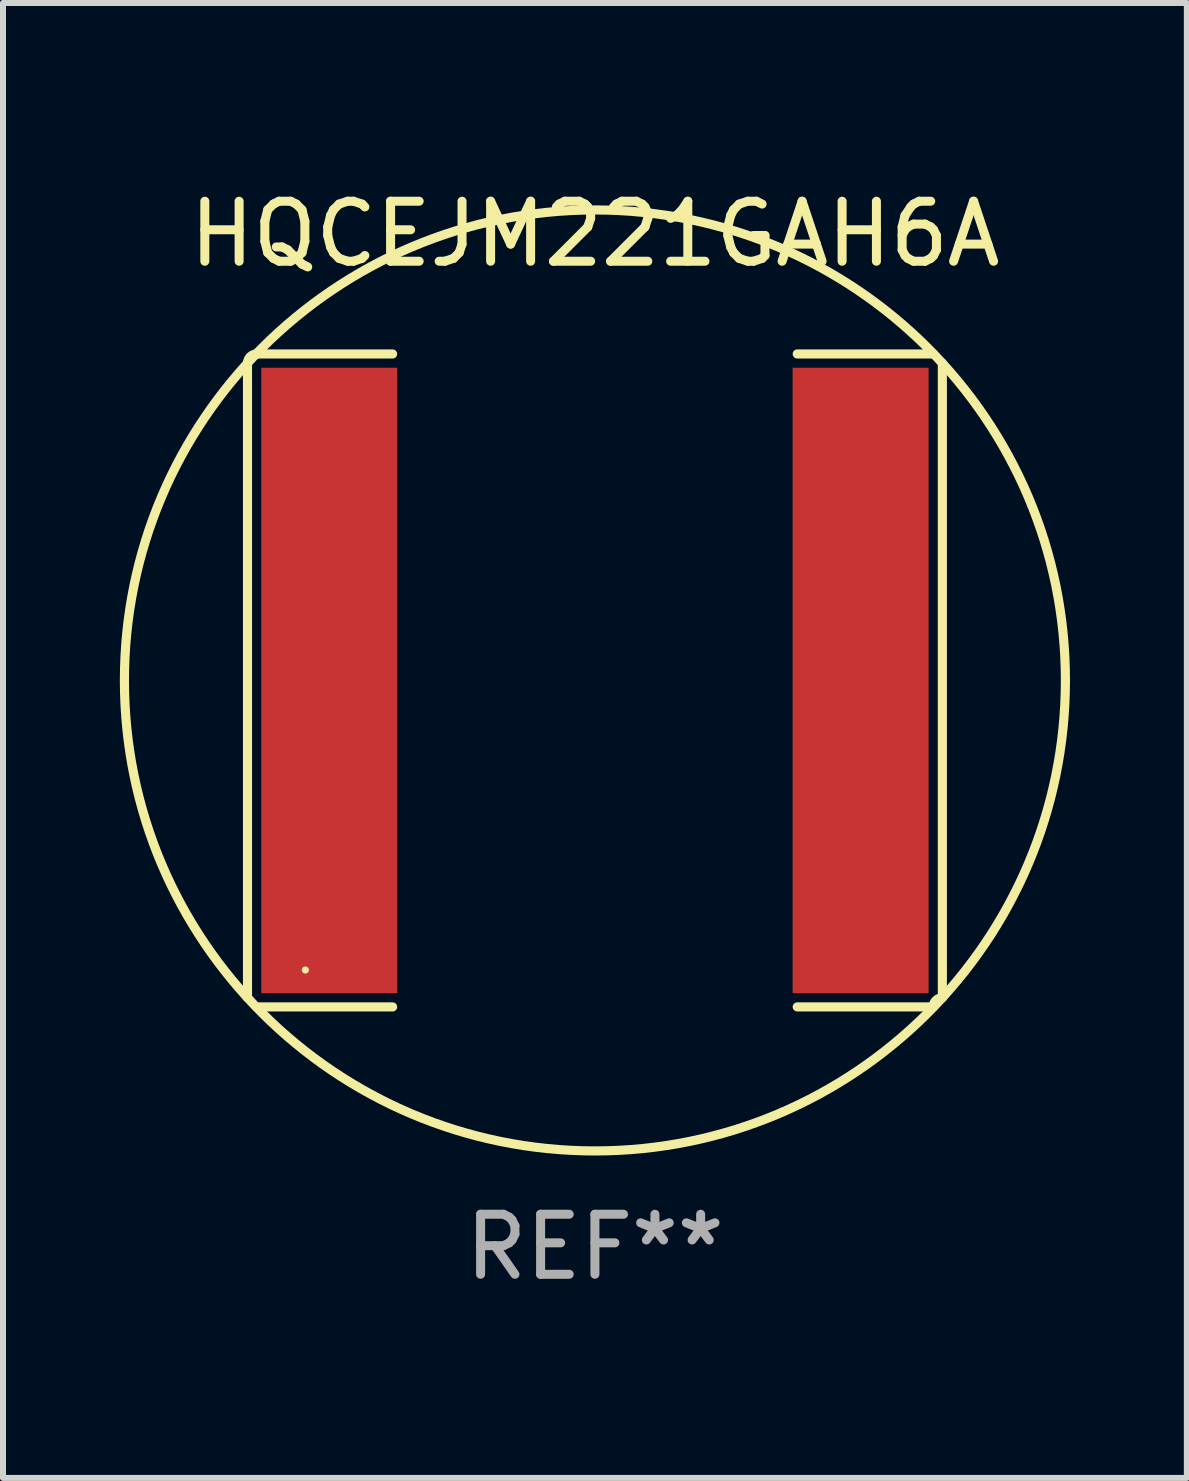
<source format=kicad_pcb>
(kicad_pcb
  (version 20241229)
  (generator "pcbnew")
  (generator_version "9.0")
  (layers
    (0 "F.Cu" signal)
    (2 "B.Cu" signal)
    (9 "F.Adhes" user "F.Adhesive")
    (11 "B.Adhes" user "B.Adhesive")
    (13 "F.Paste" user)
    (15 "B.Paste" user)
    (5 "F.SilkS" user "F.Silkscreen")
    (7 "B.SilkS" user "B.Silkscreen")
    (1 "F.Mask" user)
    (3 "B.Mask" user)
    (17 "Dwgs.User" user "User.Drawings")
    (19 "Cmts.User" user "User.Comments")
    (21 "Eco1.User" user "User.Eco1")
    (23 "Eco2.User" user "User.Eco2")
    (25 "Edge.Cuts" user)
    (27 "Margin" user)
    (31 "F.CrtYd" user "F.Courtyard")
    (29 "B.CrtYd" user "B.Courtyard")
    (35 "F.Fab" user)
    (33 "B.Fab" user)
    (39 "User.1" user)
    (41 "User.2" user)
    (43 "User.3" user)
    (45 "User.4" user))
  (footprint "HQCEJM221GAH6A"
    (layer "F.Cu")
    (at 6.863 8.288)
    (property "Reference" "HQCEJM221GAH6A" (at 0 -7.44 0) (layer "F.SilkS") (effects (font (size 1 1) (thickness 0.15))))
    (attr through_hole)
    (fp_line (start -5.789 -5.287) (end -5.789 5.287) (stroke (width 0.152) (type solid)) (layer "F.SilkS"))
    (fp_line (start -5.636 5.44) (end -3.371 5.44) (stroke (width 0.152) (type solid)) (layer "F.SilkS"))
    (fp_line (start -3.371 -5.44) (end -5.636 -5.44) (stroke (width 0.152) (type solid)) (layer "F.SilkS"))
    (fp_line (start 3.371 -5.44) (end 5.636 -5.44) (stroke (width 0.152) (type solid)) (layer "F.SilkS"))
    (fp_line (start 5.636 5.44) (end 3.371 5.44) (stroke (width 0.152) (type solid)) (layer "F.SilkS"))
    (fp_line (start 5.789 -5.287) (end 5.789 5.287) (stroke (width 0.152) (type solid)) (layer "F.SilkS"))
    (fp_arc (start -5.7886 -5.287201) (mid -5.743963 -5.394964) (end -5.6362 -5.439601) (stroke (width 0.1524) (type solid)) (layer "F.SilkS"))
    (fp_arc (start -5.7886 5.287201) (mid 5.788578 -5.287179) (end -5.7886 5.287201) (stroke (width 0.1524) (type solid)) (layer "F.SilkS"))
    (fp_arc (start 5.6362 5.439601) (mid 5.680837 5.331838) (end 5.7886 5.287201) (stroke (width 0.1524) (type solid)) (layer "F.SilkS"))
    (fp_circle (center -4.825 4.825) (end -4.795 4.825) (stroke (width 0.06) (type solid)) (fill no) (layer "F.SilkS"))
    (fp_text user "REF**" (at 0 9.44 0) (layer "F.Fab") (effects (font (size 1 1) (thickness 0.15))))
    (pad "1" smd rect (at -4.427 0) (size 2.265 10.422) (layers "F.Cu" "F.Mask" "F.Paste"))
    (pad "2" smd rect (at 4.427 0) (size 2.265 10.422) (layers "F.Cu" "F.Mask" "F.Paste")))
  (gr_rect
    (start -3 -3)
    (end 16.726 21.576)
    (stroke (width 0.1) (type default))
    (fill no)
    (layer "Edge.Cuts")))
</source>
